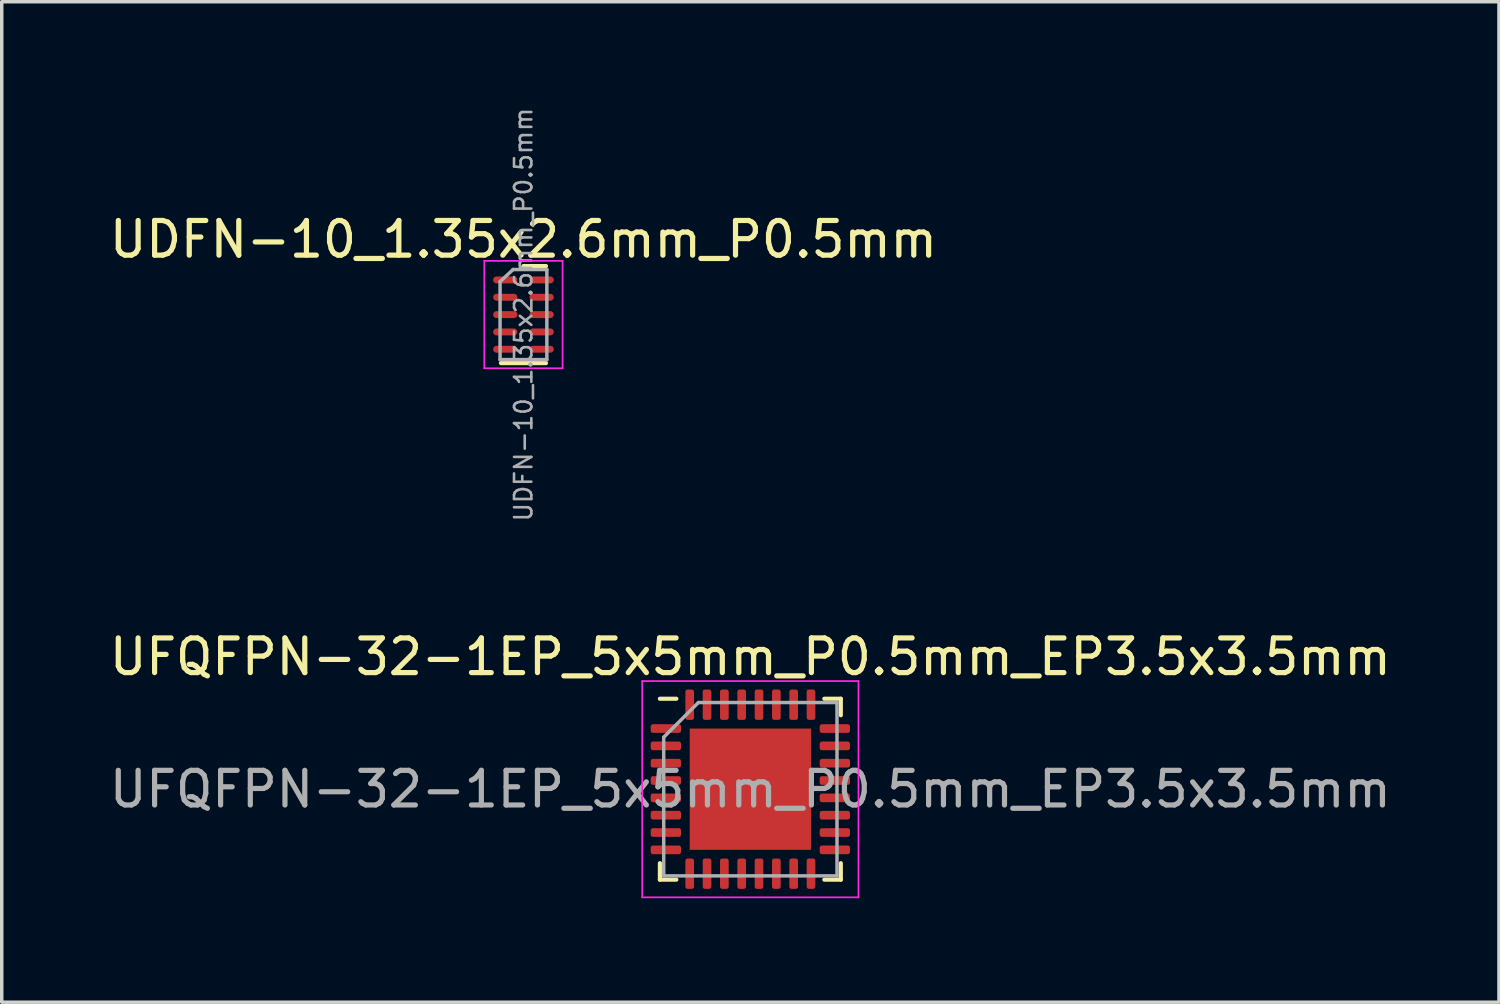
<source format=kicad_pcb>
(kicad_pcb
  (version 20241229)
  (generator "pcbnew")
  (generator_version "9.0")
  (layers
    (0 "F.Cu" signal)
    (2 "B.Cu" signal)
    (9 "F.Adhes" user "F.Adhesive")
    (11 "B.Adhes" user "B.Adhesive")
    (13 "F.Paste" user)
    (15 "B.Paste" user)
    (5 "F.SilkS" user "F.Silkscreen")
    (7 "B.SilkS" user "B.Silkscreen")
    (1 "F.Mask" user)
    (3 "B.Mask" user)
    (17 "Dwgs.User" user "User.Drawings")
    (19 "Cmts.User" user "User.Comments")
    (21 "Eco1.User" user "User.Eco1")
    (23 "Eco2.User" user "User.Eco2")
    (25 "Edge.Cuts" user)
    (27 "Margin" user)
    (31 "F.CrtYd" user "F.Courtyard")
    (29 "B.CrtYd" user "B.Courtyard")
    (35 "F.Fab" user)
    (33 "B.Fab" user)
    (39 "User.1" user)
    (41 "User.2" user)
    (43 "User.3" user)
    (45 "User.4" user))
  (footprint "UFQFPN-32-1EP_5x5mm_P0.5mm_EP3.5x3.5mm"
    (layer "F.Cu")
    (at 18.601 19.722)
    (property "Reference" "UFQFPN-32-1EP_5x5mm_P0.5mm_EP3.5x3.5mm" (at 0 -3.82 0) (layer "F.SilkS") (effects (font (size 1 1) (thickness 0.15))))
    (attr smd)
    (fp_line (start -2.61 2.61) (end -2.61 2.135) (stroke (width 0.12) (type solid)) (layer "F.SilkS"))
    (fp_line (start -2.135 -2.61) (end -2.61 -2.61) (stroke (width 0.12) (type solid)) (layer "F.SilkS"))
    (fp_line (start -2.135 2.61) (end -2.61 2.61) (stroke (width 0.12) (type solid)) (layer "F.SilkS"))
    (fp_line (start 2.135 -2.61) (end 2.61 -2.61) (stroke (width 0.12) (type solid)) (layer "F.SilkS"))
    (fp_line (start 2.135 2.61) (end 2.61 2.61) (stroke (width 0.12) (type solid)) (layer "F.SilkS"))
    (fp_line (start 2.61 -2.61) (end 2.61 -2.135) (stroke (width 0.12) (type solid)) (layer "F.SilkS"))
    (fp_line (start 2.61 2.61) (end 2.61 2.135) (stroke (width 0.12) (type solid)) (layer "F.SilkS"))
    (fp_line (start -3.12 -3.12) (end -3.12 3.12) (stroke (width 0.05) (type solid)) (layer "F.CrtYd"))
    (fp_line (start -3.12 3.12) (end 3.12 3.12) (stroke (width 0.05) (type solid)) (layer "F.CrtYd"))
    (fp_line (start 3.12 -3.12) (end -3.12 -3.12) (stroke (width 0.05) (type solid)) (layer "F.CrtYd"))
    (fp_line (start 3.12 3.12) (end 3.12 -3.12) (stroke (width 0.05) (type solid)) (layer "F.CrtYd"))
    (fp_line (start -2.5 -1.5) (end -1.5 -2.5) (stroke (width 0.1) (type solid)) (layer "F.Fab"))
    (fp_line (start -2.5 2.5) (end -2.5 -1.5) (stroke (width 0.1) (type solid)) (layer "F.Fab"))
    (fp_line (start -1.5 -2.5) (end 2.5 -2.5) (stroke (width 0.1) (type solid)) (layer "F.Fab"))
    (fp_line (start 2.5 -2.5) (end 2.5 2.5) (stroke (width 0.1) (type solid)) (layer "F.Fab"))
    (fp_line (start 2.5 2.5) (end -2.5 2.5) (stroke (width 0.1) (type solid)) (layer "F.Fab"))
    (fp_text user "${REFERENCE}" (at 0 0 0) (layer "F.Fab") (effects (font (size 1 1) (thickness 0.15))))
    (pad "" smd roundrect (at -0.875 -0.875) (size 1.41 1.41) (layers "F.Paste") (roundrect_rratio 0.177))
    (pad "" smd roundrect (at -0.875 0.875) (size 1.41 1.41) (layers "F.Paste") (roundrect_rratio 0.177))
    (pad "" smd roundrect (at 0.875 -0.875) (size 1.41 1.41) (layers "F.Paste") (roundrect_rratio 0.177))
    (pad "" smd roundrect (at 0.875 0.875) (size 1.41 1.41) (layers "F.Paste") (roundrect_rratio 0.177))
    (pad "1" smd roundrect (at -2.438 -1.75) (size 0.875 0.25) (layers "F.Cu" "F.Mask" "F.Paste") (roundrect_rratio 0.25))
    (pad "2" smd roundrect (at -2.438 -1.25) (size 0.875 0.25) (layers "F.Cu" "F.Mask" "F.Paste") (roundrect_rratio 0.25))
    (pad "3" smd roundrect (at -2.438 -0.75) (size 0.875 0.25) (layers "F.Cu" "F.Mask" "F.Paste") (roundrect_rratio 0.25))
    (pad "4" smd roundrect (at -2.438 -0.25) (size 0.875 0.25) (layers "F.Cu" "F.Mask" "F.Paste") (roundrect_rratio 0.25))
    (pad "5" smd roundrect (at -2.438 0.25) (size 0.875 0.25) (layers "F.Cu" "F.Mask" "F.Paste") (roundrect_rratio 0.25))
    (pad "6" smd roundrect (at -2.438 0.75) (size 0.875 0.25) (layers "F.Cu" "F.Mask" "F.Paste") (roundrect_rratio 0.25))
    (pad "7" smd roundrect (at -2.438 1.25) (size 0.875 0.25) (layers "F.Cu" "F.Mask" "F.Paste") (roundrect_rratio 0.25))
    (pad "8" smd roundrect (at -2.438 1.75) (size 0.875 0.25) (layers "F.Cu" "F.Mask" "F.Paste") (roundrect_rratio 0.25))
    (pad "9" smd roundrect (at -1.75 2.438) (size 0.25 0.875) (layers "F.Cu" "F.Mask" "F.Paste") (roundrect_rratio 0.25))
    (pad "10" smd roundrect (at -1.25 2.438) (size 0.25 0.875) (layers "F.Cu" "F.Mask" "F.Paste") (roundrect_rratio 0.25))
    (pad "11" smd roundrect (at -0.75 2.438) (size 0.25 0.875) (layers "F.Cu" "F.Mask" "F.Paste") (roundrect_rratio 0.25))
    (pad "12" smd roundrect (at -0.25 2.438) (size 0.25 0.875) (layers "F.Cu" "F.Mask" "F.Paste") (roundrect_rratio 0.25))
    (pad "13" smd roundrect (at 0.25 2.438) (size 0.25 0.875) (layers "F.Cu" "F.Mask" "F.Paste") (roundrect_rratio 0.25))
    (pad "14" smd roundrect (at 0.75 2.438) (size 0.25 0.875) (layers "F.Cu" "F.Mask" "F.Paste") (roundrect_rratio 0.25))
    (pad "15" smd roundrect (at 1.25 2.438) (size 0.25 0.875) (layers "F.Cu" "F.Mask" "F.Paste") (roundrect_rratio 0.25))
    (pad "16" smd roundrect (at 1.75 2.438) (size 0.25 0.875) (layers "F.Cu" "F.Mask" "F.Paste") (roundrect_rratio 0.25))
    (pad "17" smd roundrect (at 2.438 1.75) (size 0.875 0.25) (layers "F.Cu" "F.Mask" "F.Paste") (roundrect_rratio 0.25))
    (pad "18" smd roundrect (at 2.438 1.25) (size 0.875 0.25) (layers "F.Cu" "F.Mask" "F.Paste") (roundrect_rratio 0.25))
    (pad "19" smd roundrect (at 2.438 0.75) (size 0.875 0.25) (layers "F.Cu" "F.Mask" "F.Paste") (roundrect_rratio 0.25))
    (pad "20" smd roundrect (at 2.438 0.25) (size 0.875 0.25) (layers "F.Cu" "F.Mask" "F.Paste") (roundrect_rratio 0.25))
    (pad "21" smd roundrect (at 2.438 -0.25) (size 0.875 0.25) (layers "F.Cu" "F.Mask" "F.Paste") (roundrect_rratio 0.25))
    (pad "22" smd roundrect (at 2.438 -0.75) (size 0.875 0.25) (layers "F.Cu" "F.Mask" "F.Paste") (roundrect_rratio 0.25))
    (pad "23" smd roundrect (at 2.438 -1.25) (size 0.875 0.25) (layers "F.Cu" "F.Mask" "F.Paste") (roundrect_rratio 0.25))
    (pad "24" smd roundrect (at 2.438 -1.75) (size 0.875 0.25) (layers "F.Cu" "F.Mask" "F.Paste") (roundrect_rratio 0.25))
    (pad "25" smd roundrect (at 1.75 -2.438) (size 0.25 0.875) (layers "F.Cu" "F.Mask" "F.Paste") (roundrect_rratio 0.25))
    (pad "26" smd roundrect (at 1.25 -2.438) (size 0.25 0.875) (layers "F.Cu" "F.Mask" "F.Paste") (roundrect_rratio 0.25))
    (pad "27" smd roundrect (at 0.75 -2.438) (size 0.25 0.875) (layers "F.Cu" "F.Mask" "F.Paste") (roundrect_rratio 0.25))
    (pad "28" smd roundrect (at 0.25 -2.438) (size 0.25 0.875) (layers "F.Cu" "F.Mask" "F.Paste") (roundrect_rratio 0.25))
    (pad "29" smd roundrect (at -0.25 -2.438) (size 0.25 0.875) (layers "F.Cu" "F.Mask" "F.Paste") (roundrect_rratio 0.25))
    (pad "30" smd roundrect (at -0.75 -2.438) (size 0.25 0.875) (layers "F.Cu" "F.Mask" "F.Paste") (roundrect_rratio 0.25))
    (pad "31" smd roundrect (at -1.25 -2.438) (size 0.25 0.875) (layers "F.Cu" "F.Mask" "F.Paste") (roundrect_rratio 0.25))
    (pad "32" smd roundrect (at -1.75 -2.438) (size 0.25 0.875) (layers "F.Cu" "F.Mask" "F.Paste") (roundrect_rratio 0.25))
    (pad "33" smd rect (at 0 0) (size 3.5 3.5) (layers "F.Cu" "F.Mask")))
  (footprint "UDFN-10_1.35x2.6mm_P0.5mm"
    (layer "F.Cu")
    (at 12.054 6.027)
    (property "Reference" "UDFN-10_1.35x2.6mm_P0.5mm" (at 0 -2.17 0) (layer "F.SilkS") (effects (font (size 1 1) (thickness 0.15))))
    (attr smd)
    (fp_line (start -0.65 1.4) (end 0.65 1.4) (stroke (width 0.12) (type solid)) (layer "F.SilkS"))
    (fp_line (start 0 -1.4) (end 0.65 -1.4) (stroke (width 0.12) (type solid)) (layer "F.SilkS"))
    (fp_line (start -1.13 -1.55) (end -1.13 1.55) (stroke (width 0.05) (type solid)) (layer "F.CrtYd"))
    (fp_line (start -1.13 -1.55) (end 1.13 -1.55) (stroke (width 0.05) (type solid)) (layer "F.CrtYd"))
    (fp_line (start -1.13 1.55) (end 1.13 1.55) (stroke (width 0.05) (type solid)) (layer "F.CrtYd"))
    (fp_line (start 1.13 -1.55) (end 1.13 1.55) (stroke (width 0.05) (type solid)) (layer "F.CrtYd"))
    (fp_line (start -0.675 -0.95) (end -0.3 -1.3) (stroke (width 0.1) (type solid)) (layer "F.Fab"))
    (fp_line (start -0.675 1.3) (end -0.675 -0.95) (stroke (width 0.1) (type solid)) (layer "F.Fab"))
    (fp_line (start -0.3 -1.3) (end 0.675 -1.3) (stroke (width 0.1) (type solid)) (layer "F.Fab"))
    (fp_line (start 0.675 -1.3) (end 0.675 1.3) (stroke (width 0.1) (type solid)) (layer "F.Fab"))
    (fp_line (start 0.675 1.3) (end -0.675 1.3) (stroke (width 0.1) (type solid)) (layer "F.Fab"))
    (fp_text user "${REFERENCE}" (at 0 0 90) (layer "F.Fab") (effects (font (size 0.5 0.5) (thickness 0.075))))
    (pad "1" smd oval (at -0.525 -1) (size 0.7 0.2) (layers "F.Cu" "F.Mask" "F.Paste"))
    (pad "2" smd oval (at -0.525 -0.5) (size 0.7 0.2) (layers "F.Cu" "F.Mask" "F.Paste"))
    (pad "3" smd oval (at -0.525 0) (size 0.7 0.2) (layers "F.Cu" "F.Mask" "F.Paste"))
    (pad "4" smd oval (at -0.525 0.5) (size 0.7 0.2) (layers "F.Cu" "F.Mask" "F.Paste"))
    (pad "5" smd oval (at -0.525 1) (size 0.7 0.2) (layers "F.Cu" "F.Mask" "F.Paste"))
    (pad "6" smd oval (at 0.525 1) (size 0.7 0.2) (layers "F.Cu" "F.Mask" "F.Paste"))
    (pad "7" smd oval (at 0.525 0.5) (size 0.7 0.2) (layers "F.Cu" "F.Mask" "F.Paste"))
    (pad "8" smd oval (at 0.525 0) (size 0.7 0.2) (layers "F.Cu" "F.Mask" "F.Paste"))
    (pad "9" smd oval (at 0.525 -0.5) (size 0.7 0.2) (layers "F.Cu" "F.Mask" "F.Paste"))
    (pad "10" smd oval (at 0.525 -1) (size 0.7 0.2) (layers "F.Cu" "F.Mask" "F.Paste")))
  (gr_rect
    (start -3 -3)
    (end 40.202 25.867)
    (stroke (width 0.1) (type default))
    (fill no)
    (layer "Edge.Cuts")))
</source>
